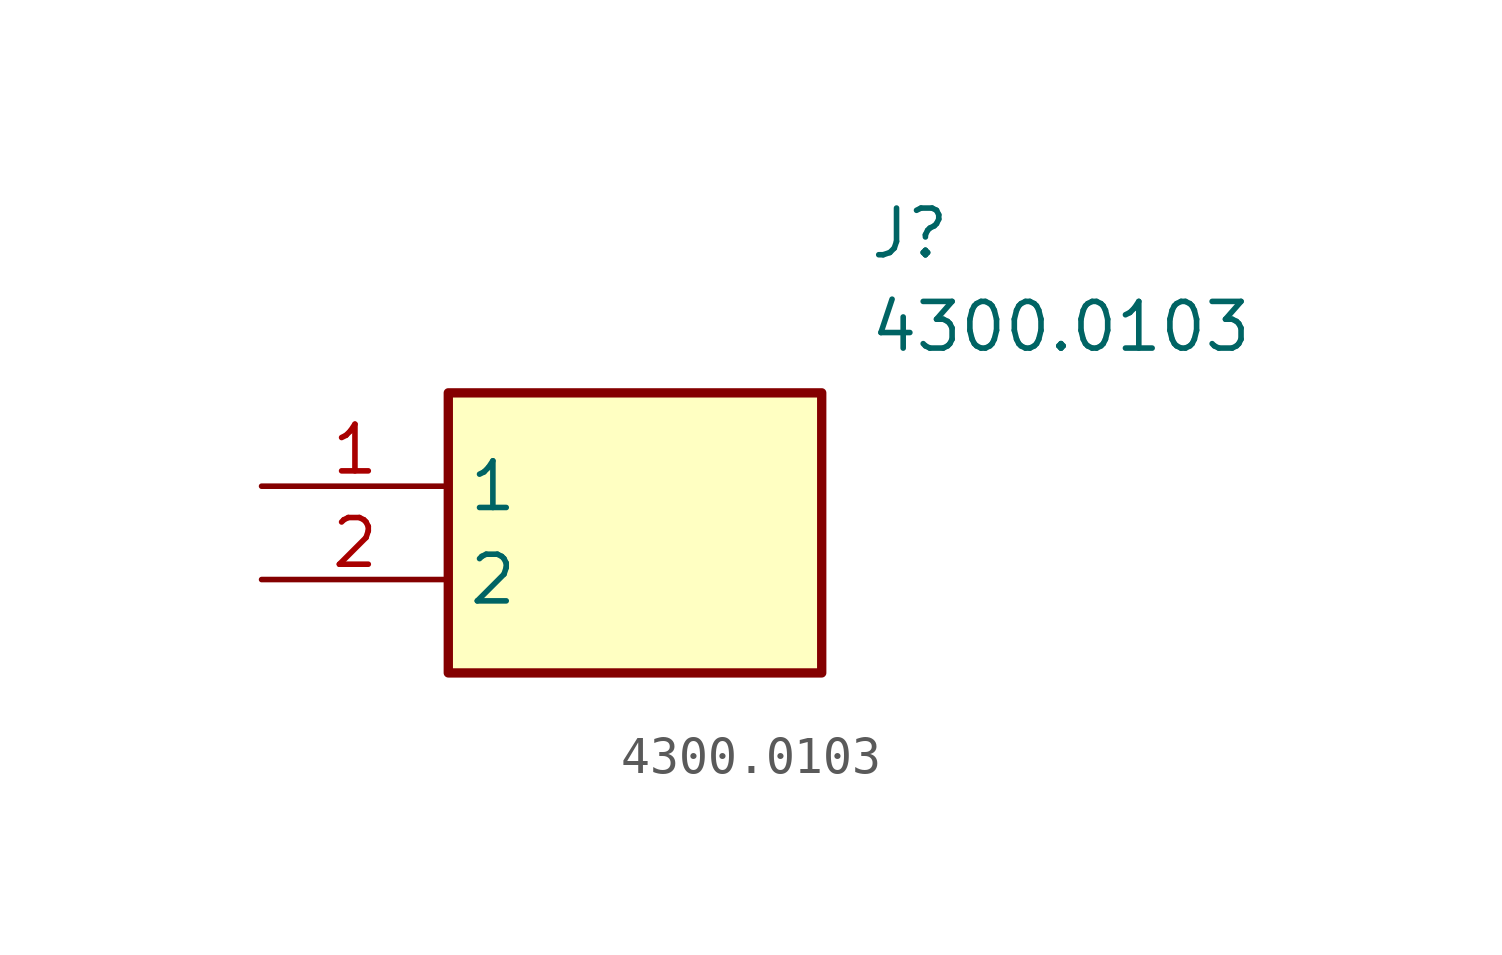
<source format=kicad_sym>
(kicad_symbol_lib
  (version 20211014)
  (generator SamacSys_ECAD_Model)
  (symbol "4300.0103"
    (property "Reference" "J"
      (at 16.51 7.62 0)
      (effects (font (size 1.27 1.27)) (justify left top)))
    (property "Value" "4300.0103"
      (at 16.51 5.08 0)
      (effects (font (size 1.27 1.27)) (justify left top)))
    (rectangle
      (start 5.08 2.54)
      (end 15.24 -5.08)
      (stroke (width 0.254) (type default))
      (fill (type background)))
    (pin passive line
      (at 0 0 0)
      (length 5.08)
      (name "1" (effects (font (size 1.27 1.27))))
      (number "1" (effects (font (size 1.27 1.27)))))
    (pin passive line
      (at 0 -2.54 0)
      (length 5.08)
      (name "2" (effects (font (size 1.27 1.27))))
      (number "2" (effects (font (size 1.27 1.27)))))))
</source>
